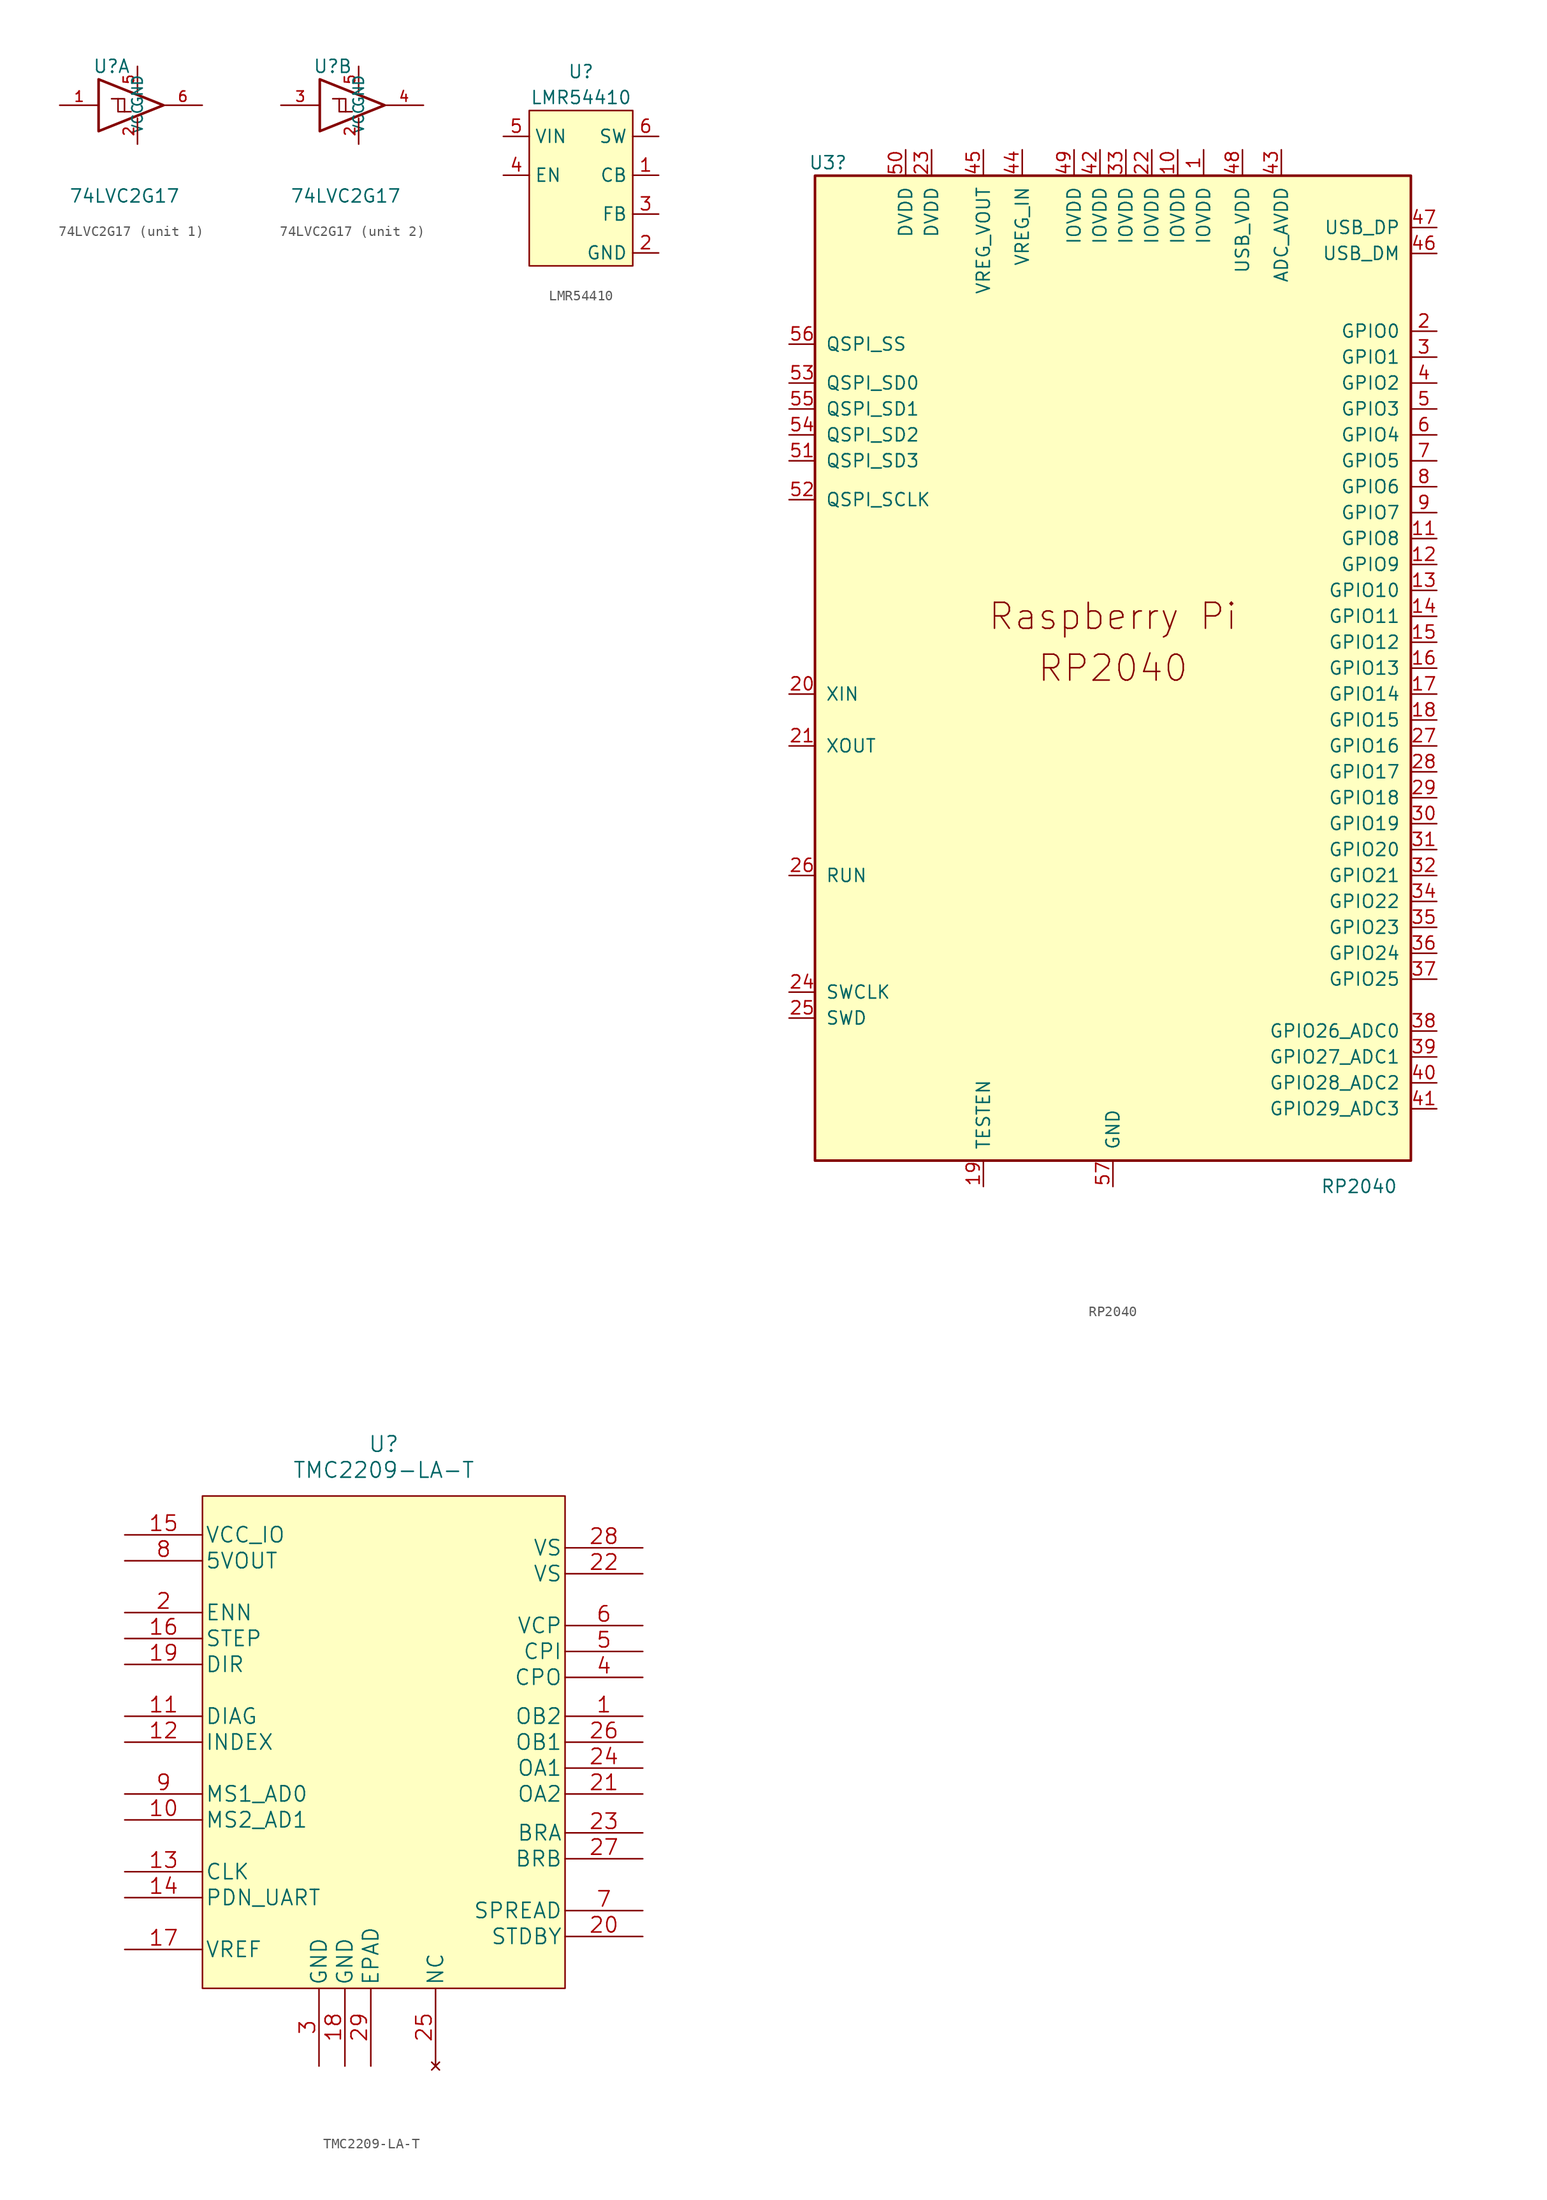
<source format=kicad_sym>
(kicad_symbol_lib
  (version 20211014)
  (generator kicad_symbol_editor)
  (symbol "74LVC2G17"
    (pin_names
      (offset 1.016))
    (property "Reference" "U"
      (at -2.54 3.81 0)
      (effects (font (size 1.27 1.27))))
    (property "Value" "74LVC2G17"
      (at -1.27 -8.89 0)
      (effects (font (size 1.27 1.27))))
    (symbol "74LVC2G17_0_1"
      (polyline (pts (xy -1.905 0.635) (xy -1.27 0.635) (xy -1.27 -0.635)) (stroke (width 0) (type default) (color 0 0 0 0)) (fill (type none)))
      (polyline (pts (xy -3.81 2.54) (xy -3.81 -2.54) (xy 2.54 0) (xy -3.81 2.54)) (stroke (width 0.254) (type default) (color 0 0 0 0)) (fill (type none)))
      (polyline (pts (xy -2.54 0.635) (xy -1.905 0.635) (xy -1.905 -0.635) (xy -0.635 -0.635)) (stroke (width 0) (type default) (color 0 0 0 0)) (fill (type none)))
      (pin power_in line (at 0 -3.81 90) (length 2.54) (name "GND" (effects (font (size 1.016 1.016)))) (number "2" (effects (font (size 1.016 1.016)))))
      (pin power_in line (at 0 3.81 270) (length 2.54) (name "VCC" (effects (font (size 1.016 1.016)))) (number "5" (effects (font (size 1.016 1.016))))))
    (symbol "74LVC2G17_1_1"
      (pin input line (at -7.62 0 0) (length 3.81) (name "~" (effects (font (size 1.016 1.016)))) (number "1" (effects (font (size 1.016 1.016)))))
      (pin output line (at 6.35 0 180) (length 3.81) (name "~" (effects (font (size 1.016 1.016)))) (number "6" (effects (font (size 1.016 1.016))))))
    (symbol "74LVC2G17_2_1"
      (pin input line (at -7.62 0 0) (length 3.81) (name "~" (effects (font (size 1.016 1.016)))) (number "3" (effects (font (size 1.016 1.016)))))
      (pin output line (at 6.35 0 180) (length 3.81) (name "~" (effects (font (size 1.016 1.016)))) (number "4" (effects (font (size 1.016 1.016)))))))
  (symbol "LMR54410"
    (property "Reference" "U"
      (at 0 11.43 0)
      (effects (font (size 1.27 1.27))))
    (property "Value" "LMR54410"
      (at 0 8.89 0)
      (effects (font (size 1.27 1.27))))
    (symbol "LMR54410_0_1"
      (rectangle (start -5.08 7.62) (end 5.08 -7.62) (stroke (width 0) (type default) (color 0 0 0 0)) (fill (type background))))
    (symbol "LMR54410_1_1"
      (pin input line (at 7.62 1.27 180) (length 2.54) (name "CB" (effects (font (size 1.27 1.27)))) (number "1" (effects (font (size 1.27 1.27)))))
      (pin input line (at 7.62 -6.35 180) (length 2.54) (name "GND" (effects (font (size 1.27 1.27)))) (number "2" (effects (font (size 1.27 1.27)))))
      (pin input line (at 7.62 -2.54 180) (length 2.54) (name "FB" (effects (font (size 1.27 1.27)))) (number "3" (effects (font (size 1.27 1.27)))))
      (pin input line (at -7.62 1.27 0) (length 2.54) (name "EN" (effects (font (size 1.27 1.27)))) (number "4" (effects (font (size 1.27 1.27)))))
      (pin input line (at -7.62 5.08 0) (length 2.54) (name "VIN" (effects (font (size 1.27 1.27)))) (number "5" (effects (font (size 1.27 1.27)))))
      (pin input line (at 7.62 5.08 180) (length 2.54) (name "SW" (effects (font (size 1.27 1.27)))) (number "6" (effects (font (size 1.27 1.27)))))))
  (symbol "RP2040"
    (pin_names
      (offset 1.016))
    (property "Reference" "U3"
      (at -27.94 49.53 0)
      (effects (font (size 1.27 1.27))))
    (property "Value" "RP2040"
      (at 24.13 -50.8 0)
      (effects (font (size 1.27 1.27))))
    (symbol "RP2040_0_0"
      (text "Raspberry Pi" (at 0 5.08 0) (effects (font (size 2.54 2.54))))
      (text "RP2040" (at 0 0 0) (effects (font (size 2.54 2.54)))))
    (symbol "RP2040_0_1"
      (rectangle (start 29.21 48.26) (end -29.21 -48.26) (stroke (width 0.254) (type default) (color 0 0 0 0)) (fill (type background))))
    (symbol "RP2040_1_1"
      (pin power_in line (at 8.89 50.8 270) (length 2.54) (name "IOVDD" (effects (font (size 1.27 1.27)))) (number "1" (effects (font (size 1.27 1.27)))))
      (pin power_in line (at 6.35 50.8 270) (length 2.54) (name "IOVDD" (effects (font (size 1.27 1.27)))) (number "10" (effects (font (size 1.27 1.27)))))
      (pin bidirectional line (at 31.75 12.7 180) (length 2.54) (name "GPIO8" (effects (font (size 1.27 1.27)))) (number "11" (effects (font (size 1.27 1.27)))))
      (pin bidirectional line (at 31.75 10.16 180) (length 2.54) (name "GPIO9" (effects (font (size 1.27 1.27)))) (number "12" (effects (font (size 1.27 1.27)))))
      (pin bidirectional line (at 31.75 7.62 180) (length 2.54) (name "GPIO10" (effects (font (size 1.27 1.27)))) (number "13" (effects (font (size 1.27 1.27)))))
      (pin bidirectional line (at 31.75 5.08 180) (length 2.54) (name "GPIO11" (effects (font (size 1.27 1.27)))) (number "14" (effects (font (size 1.27 1.27)))))
      (pin bidirectional line (at 31.75 2.54 180) (length 2.54) (name "GPIO12" (effects (font (size 1.27 1.27)))) (number "15" (effects (font (size 1.27 1.27)))))
      (pin bidirectional line (at 31.75 0 180) (length 2.54) (name "GPIO13" (effects (font (size 1.27 1.27)))) (number "16" (effects (font (size 1.27 1.27)))))
      (pin bidirectional line (at 31.75 -2.54 180) (length 2.54) (name "GPIO14" (effects (font (size 1.27 1.27)))) (number "17" (effects (font (size 1.27 1.27)))))
      (pin bidirectional line (at 31.75 -5.08 180) (length 2.54) (name "GPIO15" (effects (font (size 1.27 1.27)))) (number "18" (effects (font (size 1.27 1.27)))))
      (pin passive line (at -12.7 -50.8 90) (length 2.54) (name "TESTEN" (effects (font (size 1.27 1.27)))) (number "19" (effects (font (size 1.27 1.27)))))
      (pin bidirectional line (at 31.75 33.02 180) (length 2.54) (name "GPIO0" (effects (font (size 1.27 1.27)))) (number "2" (effects (font (size 1.27 1.27)))))
      (pin input line (at -31.75 -2.54 0) (length 2.54) (name "XIN" (effects (font (size 1.27 1.27)))) (number "20" (effects (font (size 1.27 1.27)))))
      (pin passive line (at -31.75 -7.62 0) (length 2.54) (name "XOUT" (effects (font (size 1.27 1.27)))) (number "21" (effects (font (size 1.27 1.27)))))
      (pin power_in line (at 3.81 50.8 270) (length 2.54) (name "IOVDD" (effects (font (size 1.27 1.27)))) (number "22" (effects (font (size 1.27 1.27)))))
      (pin power_in line (at -17.78 50.8 270) (length 2.54) (name "DVDD" (effects (font (size 1.27 1.27)))) (number "23" (effects (font (size 1.27 1.27)))))
      (pin output line (at -31.75 -31.75 0) (length 2.54) (name "SWCLK" (effects (font (size 1.27 1.27)))) (number "24" (effects (font (size 1.27 1.27)))))
      (pin bidirectional line (at -31.75 -34.29 0) (length 2.54) (name "SWD" (effects (font (size 1.27 1.27)))) (number "25" (effects (font (size 1.27 1.27)))))
      (pin input line (at -31.75 -20.32 0) (length 2.54) (name "RUN" (effects (font (size 1.27 1.27)))) (number "26" (effects (font (size 1.27 1.27)))))
      (pin bidirectional line (at 31.75 -7.62 180) (length 2.54) (name "GPIO16" (effects (font (size 1.27 1.27)))) (number "27" (effects (font (size 1.27 1.27)))))
      (pin bidirectional line (at 31.75 -10.16 180) (length 2.54) (name "GPIO17" (effects (font (size 1.27 1.27)))) (number "28" (effects (font (size 1.27 1.27)))))
      (pin bidirectional line (at 31.75 -12.7 180) (length 2.54) (name "GPIO18" (effects (font (size 1.27 1.27)))) (number "29" (effects (font (size 1.27 1.27)))))
      (pin bidirectional line (at 31.75 30.48 180) (length 2.54) (name "GPIO1" (effects (font (size 1.27 1.27)))) (number "3" (effects (font (size 1.27 1.27)))))
      (pin bidirectional line (at 31.75 -15.24 180) (length 2.54) (name "GPIO19" (effects (font (size 1.27 1.27)))) (number "30" (effects (font (size 1.27 1.27)))))
      (pin bidirectional line (at 31.75 -17.78 180) (length 2.54) (name "GPIO20" (effects (font (size 1.27 1.27)))) (number "31" (effects (font (size 1.27 1.27)))))
      (pin bidirectional line (at 31.75 -20.32 180) (length 2.54) (name "GPIO21" (effects (font (size 1.27 1.27)))) (number "32" (effects (font (size 1.27 1.27)))))
      (pin power_in line (at 1.27 50.8 270) (length 2.54) (name "IOVDD" (effects (font (size 1.27 1.27)))) (number "33" (effects (font (size 1.27 1.27)))))
      (pin bidirectional line (at 31.75 -22.86 180) (length 2.54) (name "GPIO22" (effects (font (size 1.27 1.27)))) (number "34" (effects (font (size 1.27 1.27)))))
      (pin bidirectional line (at 31.75 -25.4 180) (length 2.54) (name "GPIO23" (effects (font (size 1.27 1.27)))) (number "35" (effects (font (size 1.27 1.27)))))
      (pin bidirectional line (at 31.75 -27.94 180) (length 2.54) (name "GPIO24" (effects (font (size 1.27 1.27)))) (number "36" (effects (font (size 1.27 1.27)))))
      (pin bidirectional line (at 31.75 -30.48 180) (length 2.54) (name "GPIO25" (effects (font (size 1.27 1.27)))) (number "37" (effects (font (size 1.27 1.27)))))
      (pin bidirectional line (at 31.75 -35.56 180) (length 2.54) (name "GPIO26_ADC0" (effects (font (size 1.27 1.27)))) (number "38" (effects (font (size 1.27 1.27)))))
      (pin bidirectional line (at 31.75 -38.1 180) (length 2.54) (name "GPIO27_ADC1" (effects (font (size 1.27 1.27)))) (number "39" (effects (font (size 1.27 1.27)))))
      (pin bidirectional line (at 31.75 27.94 180) (length 2.54) (name "GPIO2" (effects (font (size 1.27 1.27)))) (number "4" (effects (font (size 1.27 1.27)))))
      (pin bidirectional line (at 31.75 -40.64 180) (length 2.54) (name "GPIO28_ADC2" (effects (font (size 1.27 1.27)))) (number "40" (effects (font (size 1.27 1.27)))))
      (pin bidirectional line (at 31.75 -43.18 180) (length 2.54) (name "GPIO29_ADC3" (effects (font (size 1.27 1.27)))) (number "41" (effects (font (size 1.27 1.27)))))
      (pin power_in line (at -1.27 50.8 270) (length 2.54) (name "IOVDD" (effects (font (size 1.27 1.27)))) (number "42" (effects (font (size 1.27 1.27)))))
      (pin power_in line (at 16.51 50.8 270) (length 2.54) (name "ADC_AVDD" (effects (font (size 1.27 1.27)))) (number "43" (effects (font (size 1.27 1.27)))))
      (pin power_in line (at -8.89 50.8 270) (length 2.54) (name "VREG_IN" (effects (font (size 1.27 1.27)))) (number "44" (effects (font (size 1.27 1.27)))))
      (pin power_out line (at -12.7 50.8 270) (length 2.54) (name "VREG_VOUT" (effects (font (size 1.27 1.27)))) (number "45" (effects (font (size 1.27 1.27)))))
      (pin bidirectional line (at 31.75 40.64 180) (length 2.54) (name "USB_DM" (effects (font (size 1.27 1.27)))) (number "46" (effects (font (size 1.27 1.27)))))
      (pin bidirectional line (at 31.75 43.18 180) (length 2.54) (name "USB_DP" (effects (font (size 1.27 1.27)))) (number "47" (effects (font (size 1.27 1.27)))))
      (pin power_in line (at 12.7 50.8 270) (length 2.54) (name "USB_VDD" (effects (font (size 1.27 1.27)))) (number "48" (effects (font (size 1.27 1.27)))))
      (pin power_in line (at -3.81 50.8 270) (length 2.54) (name "IOVDD" (effects (font (size 1.27 1.27)))) (number "49" (effects (font (size 1.27 1.27)))))
      (pin bidirectional line (at 31.75 25.4 180) (length 2.54) (name "GPIO3" (effects (font (size 1.27 1.27)))) (number "5" (effects (font (size 1.27 1.27)))))
      (pin power_in line (at -20.32 50.8 270) (length 2.54) (name "DVDD" (effects (font (size 1.27 1.27)))) (number "50" (effects (font (size 1.27 1.27)))))
      (pin bidirectional line (at -31.75 20.32 0) (length 2.54) (name "QSPI_SD3" (effects (font (size 1.27 1.27)))) (number "51" (effects (font (size 1.27 1.27)))))
      (pin output line (at -31.75 16.51 0) (length 2.54) (name "QSPI_SCLK" (effects (font (size 1.27 1.27)))) (number "52" (effects (font (size 1.27 1.27)))))
      (pin bidirectional line (at -31.75 27.94 0) (length 2.54) (name "QSPI_SD0" (effects (font (size 1.27 1.27)))) (number "53" (effects (font (size 1.27 1.27)))))
      (pin bidirectional line (at -31.75 22.86 0) (length 2.54) (name "QSPI_SD2" (effects (font (size 1.27 1.27)))) (number "54" (effects (font (size 1.27 1.27)))))
      (pin bidirectional line (at -31.75 25.4 0) (length 2.54) (name "QSPI_SD1" (effects (font (size 1.27 1.27)))) (number "55" (effects (font (size 1.27 1.27)))))
      (pin bidirectional line (at -31.75 31.75 0) (length 2.54) (name "QSPI_SS" (effects (font (size 1.27 1.27)))) (number "56" (effects (font (size 1.27 1.27)))))
      (pin power_in line (at 0 -50.8 90) (length 2.54) (name "GND" (effects (font (size 1.27 1.27)))) (number "57" (effects (font (size 1.27 1.27)))))
      (pin bidirectional line (at 31.75 22.86 180) (length 2.54) (name "GPIO4" (effects (font (size 1.27 1.27)))) (number "6" (effects (font (size 1.27 1.27)))))
      (pin bidirectional line (at 31.75 20.32 180) (length 2.54) (name "GPIO5" (effects (font (size 1.27 1.27)))) (number "7" (effects (font (size 1.27 1.27)))))
      (pin bidirectional line (at 31.75 17.78 180) (length 2.54) (name "GPIO6" (effects (font (size 1.27 1.27)))) (number "8" (effects (font (size 1.27 1.27)))))
      (pin bidirectional line (at 31.75 15.24 180) (length 2.54) (name "GPIO7" (effects (font (size 1.27 1.27)))) (number "9" (effects (font (size 1.27 1.27)))))))
  (symbol "TMC2209-LA-T"
    (pin_names
      (offset 0.254))
    (property "Reference" "U"
      (at 0 29.21 0)
      (effects (font (size 1.524 1.524))))
    (property "Value" "TMC2209-LA-T"
      (at 0 26.67 0)
      (effects (font (size 1.524 1.524))))
    (property "Datasheet" ""
      (at -27.94 -22.86 0)
      (effects (font (size 1.524 1.524))))
    (property "ki_locked" ""
      (at 0 0 0)
      (effects (font (size 1.27 1.27))))
    (symbol "TMC2209-LA-T_1_1"
      (rectangle (start -17.78 24.13) (end 17.78 -24.13) (stroke (width 0) (type default) (color 0 0 0 0)) (fill (type background)))
      (pin output line (at 25.4 2.54 180) (length 7.62) (name "OB2" (effects (font (size 1.499 1.499)))) (number "1" (effects (font (size 1.499 1.499)))))
      (pin input line (at -25.4 -7.62 0) (length 7.62) (name "MS2_AD1" (effects (font (size 1.499 1.499)))) (number "10" (effects (font (size 1.499 1.499)))))
      (pin output line (at -25.4 2.54 0) (length 7.62) (name "DIAG" (effects (font (size 1.499 1.499)))) (number "11" (effects (font (size 1.499 1.499)))))
      (pin output line (at -25.4 0 0) (length 7.62) (name "INDEX" (effects (font (size 1.499 1.499)))) (number "12" (effects (font (size 1.499 1.499)))))
      (pin input line (at -25.4 -12.7 0) (length 7.62) (name "CLK" (effects (font (size 1.499 1.499)))) (number "13" (effects (font (size 1.499 1.499)))))
      (pin bidirectional line (at -25.4 -15.24 0) (length 7.62) (name "PDN_UART" (effects (font (size 1.499 1.499)))) (number "14" (effects (font (size 1.499 1.499)))))
      (pin power_in line (at -25.4 20.32 0) (length 7.62) (name "VCC_IO" (effects (font (size 1.499 1.499)))) (number "15" (effects (font (size 1.499 1.499)))))
      (pin input line (at -25.4 10.16 0) (length 7.62) (name "STEP" (effects (font (size 1.499 1.499)))) (number "16" (effects (font (size 1.499 1.499)))))
      (pin input line (at -25.4 -20.32 0) (length 7.62) (name "VREF" (effects (font (size 1.499 1.499)))) (number "17" (effects (font (size 1.499 1.499)))))
      (pin power_in line (at -3.81 -31.75 90) (length 7.62) (name "GND" (effects (font (size 1.499 1.499)))) (number "18" (effects (font (size 1.499 1.499)))))
      (pin input line (at -25.4 7.62 0) (length 7.62) (name "DIR" (effects (font (size 1.499 1.499)))) (number "19" (effects (font (size 1.499 1.499)))))
      (pin input line (at -25.4 12.7 0) (length 7.62) (name "ENN" (effects (font (size 1.499 1.499)))) (number "2" (effects (font (size 1.499 1.499)))))
      (pin input line (at 25.4 -19.05 180) (length 7.62) (name "STDBY" (effects (font (size 1.499 1.499)))) (number "20" (effects (font (size 1.499 1.499)))))
      (pin output line (at 25.4 -5.08 180) (length 7.62) (name "OA2" (effects (font (size 1.499 1.499)))) (number "21" (effects (font (size 1.499 1.499)))))
      (pin power_in line (at 25.4 16.51 180) (length 7.62) (name "VS" (effects (font (size 1.499 1.499)))) (number "22" (effects (font (size 1.499 1.499)))))
      (pin unspecified line (at 25.4 -8.89 180) (length 7.62) (name "BRA" (effects (font (size 1.499 1.499)))) (number "23" (effects (font (size 1.499 1.499)))))
      (pin output line (at 25.4 -2.54 180) (length 7.62) (name "OA1" (effects (font (size 1.499 1.499)))) (number "24" (effects (font (size 1.499 1.499)))))
      (pin no_connect line (at 5.08 -31.75 90) (length 7.62) (name "NC" (effects (font (size 1.499 1.499)))) (number "25" (effects (font (size 1.499 1.499)))))
      (pin output line (at 25.4 0 180) (length 7.62) (name "OB1" (effects (font (size 1.499 1.499)))) (number "26" (effects (font (size 1.499 1.499)))))
      (pin unspecified line (at 25.4 -11.43 180) (length 7.62) (name "BRB" (effects (font (size 1.499 1.499)))) (number "27" (effects (font (size 1.499 1.499)))))
      (pin power_in line (at 25.4 19.05 180) (length 7.62) (name "VS" (effects (font (size 1.499 1.499)))) (number "28" (effects (font (size 1.499 1.499)))))
      (pin unspecified line (at -1.27 -31.75 90) (length 7.62) (name "EPAD" (effects (font (size 1.499 1.499)))) (number "29" (effects (font (size 1.499 1.499)))))
      (pin power_in line (at -6.35 -31.75 90) (length 7.62) (name "GND" (effects (font (size 1.499 1.499)))) (number "3" (effects (font (size 1.499 1.499)))))
      (pin output line (at 25.4 6.35 180) (length 7.62) (name "CPO" (effects (font (size 1.499 1.499)))) (number "4" (effects (font (size 1.499 1.499)))))
      (pin input line (at 25.4 8.89 180) (length 7.62) (name "CPI" (effects (font (size 1.499 1.499)))) (number "5" (effects (font (size 1.499 1.499)))))
      (pin power_in line (at 25.4 11.43 180) (length 7.62) (name "VCP" (effects (font (size 1.499 1.499)))) (number "6" (effects (font (size 1.499 1.499)))))
      (pin input line (at 25.4 -16.51 180) (length 7.62) (name "SPREAD" (effects (font (size 1.499 1.499)))) (number "7" (effects (font (size 1.499 1.499)))))
      (pin output line (at -25.4 17.78 0) (length 7.62) (name "5VOUT" (effects (font (size 1.499 1.499)))) (number "8" (effects (font (size 1.499 1.499)))))
      (pin input line (at -25.4 -5.08 0) (length 7.62) (name "MS1_AD0" (effects (font (size 1.499 1.499)))) (number "9" (effects (font (size 1.499 1.499))))))))
</source>
